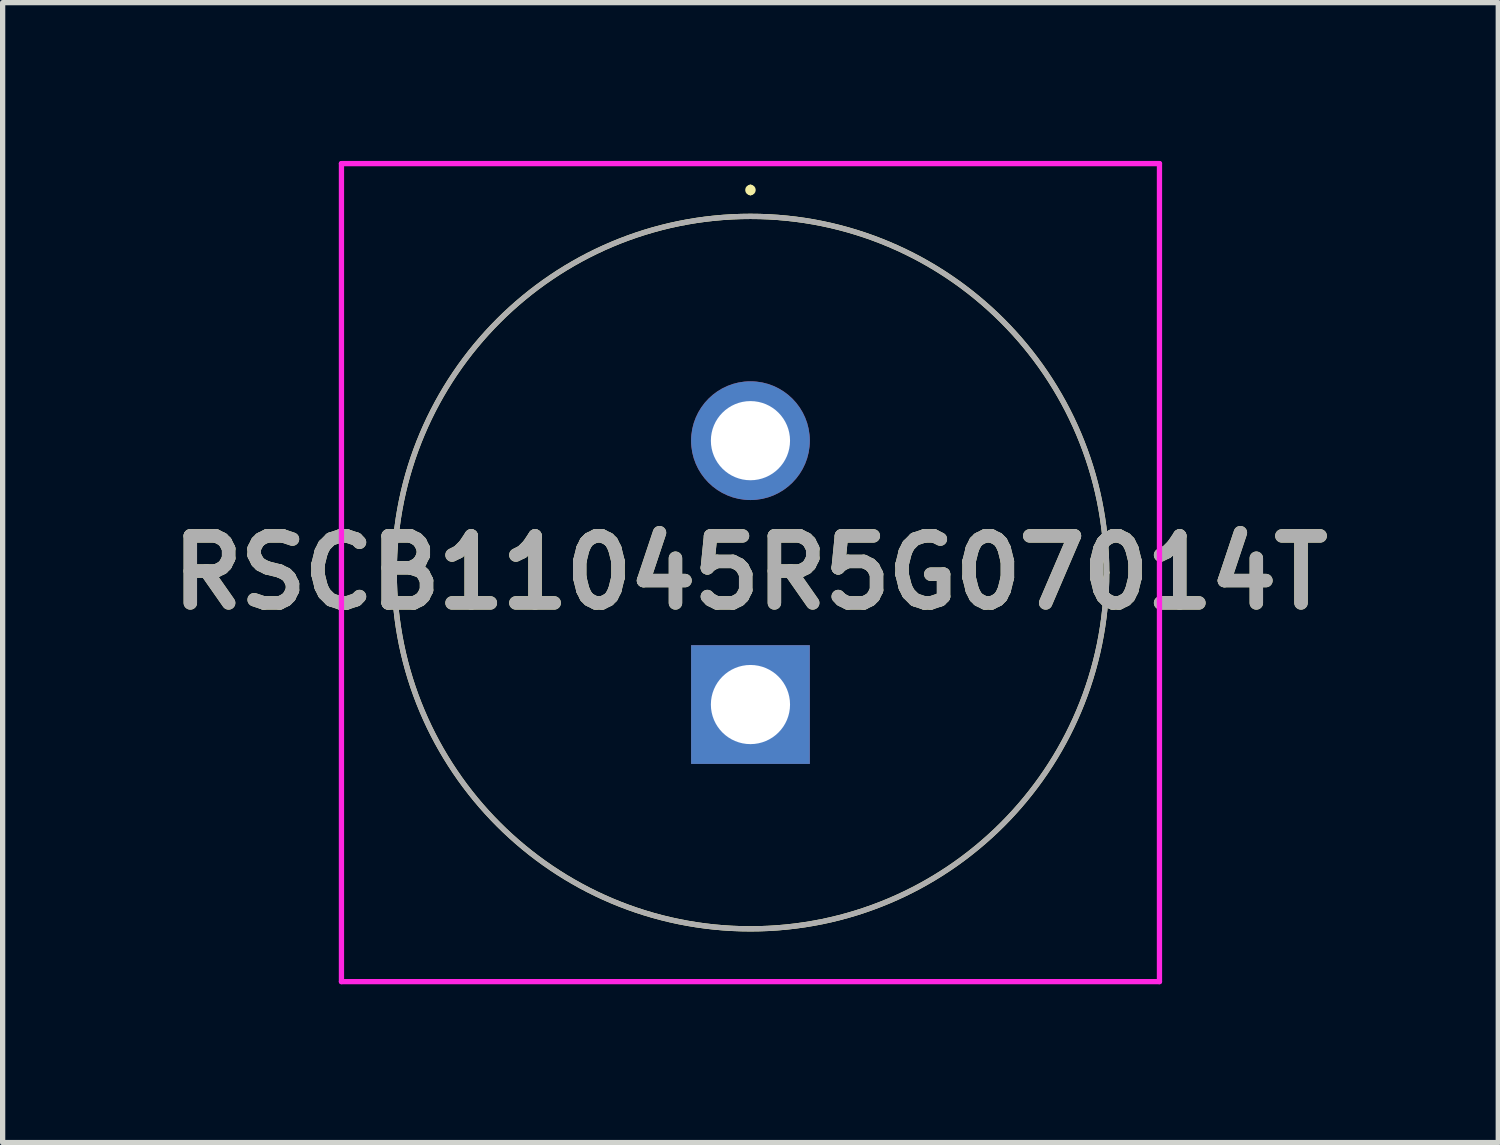
<source format=kicad_pcb>
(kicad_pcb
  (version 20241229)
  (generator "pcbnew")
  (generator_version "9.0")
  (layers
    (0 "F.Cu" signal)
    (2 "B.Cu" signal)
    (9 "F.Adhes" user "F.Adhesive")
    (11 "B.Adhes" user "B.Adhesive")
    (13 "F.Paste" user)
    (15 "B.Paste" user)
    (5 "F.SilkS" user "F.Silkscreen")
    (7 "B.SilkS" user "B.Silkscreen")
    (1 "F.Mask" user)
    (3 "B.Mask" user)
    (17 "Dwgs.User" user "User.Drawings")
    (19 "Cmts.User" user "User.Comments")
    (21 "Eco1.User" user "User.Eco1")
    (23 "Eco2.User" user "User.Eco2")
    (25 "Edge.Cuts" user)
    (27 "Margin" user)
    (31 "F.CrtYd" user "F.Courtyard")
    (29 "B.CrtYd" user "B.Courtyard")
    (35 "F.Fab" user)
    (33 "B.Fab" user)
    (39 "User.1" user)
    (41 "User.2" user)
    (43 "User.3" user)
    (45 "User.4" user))
  (footprint "RSCB11045R5G07014T"
    (layer "F.Cu")
    (at 11.17 10.3)
    (property "Reference" "RSCB11045R5G07014T" (at 0 -2.5 0) (layer "F.SilkS") (effects (font (size 1.27 1.27) (thickness 0.254))))
    (attr through_hole)
    (fp_line (start -6.75 -2.5) (end -6.75 -2.5) (stroke (width 0.1) (type solid)) (layer "F.SilkS"))
    (fp_line (start 0 -9.8) (end 0 -9.8) (stroke (width 0.1) (type solid)) (layer "F.SilkS"))
    (fp_line (start 0 -9.7) (end 0 -9.7) (stroke (width 0.1) (type solid)) (layer "F.SilkS"))
    (fp_line (start 6.75 -2.5) (end 6.75 -2.5) (stroke (width 0.1) (type solid)) (layer "F.SilkS"))
    (fp_arc (start -6.75 -2.5) (mid 0 -9.25) (end 6.75 -2.5) (stroke (width 0.1) (type solid)) (layer "F.SilkS"))
    (fp_arc (start 0 -9.8) (mid 0.05 -9.75) (end 0 -9.7) (stroke (width 0.1) (type solid)) (layer "F.SilkS"))
    (fp_arc (start 0 -9.7) (mid -0.05 -9.75) (end 0 -9.8) (stroke (width 0.1) (type solid)) (layer "F.SilkS"))
    (fp_arc (start 6.75 -2.5) (mid 0 4.25) (end -6.75 -2.5) (stroke (width 0.1) (type solid)) (layer "F.SilkS"))
    (fp_line (start -7.75 -10.25) (end 7.75 -10.25) (stroke (width 0.1) (type solid)) (layer "F.CrtYd"))
    (fp_line (start -7.75 5.25) (end -7.75 -10.25) (stroke (width 0.1) (type solid)) (layer "F.CrtYd"))
    (fp_line (start 7.75 -10.25) (end 7.75 5.25) (stroke (width 0.1) (type solid)) (layer "F.CrtYd"))
    (fp_line (start 7.75 5.25) (end -7.75 5.25) (stroke (width 0.1) (type solid)) (layer "F.CrtYd"))
    (fp_line (start -6.75 -2.5) (end -6.75 -2.5) (stroke (width 0.1) (type solid)) (layer "F.Fab"))
    (fp_line (start 6.75 -2.5) (end 6.75 -2.5) (stroke (width 0.1) (type solid)) (layer "F.Fab"))
    (fp_arc (start -6.75 -2.5) (mid 0 -9.25) (end 6.75 -2.5) (stroke (width 0.1) (type solid)) (layer "F.Fab"))
    (fp_arc (start 6.75 -2.5) (mid 0 4.25) (end -6.75 -2.5) (stroke (width 0.1) (type solid)) (layer "F.Fab"))
    (fp_text user "${REFERENCE}" (at 0 -2.5 0) (layer "F.Fab") (effects (font (size 1.27 1.27) (thickness 0.254))))
    (pad "1" thru_hole rect (at 0 0) (size 2.25 2.25) (drill 1.5) (layers "*.Cu" "*.Mask"))
    (pad "2" thru_hole circle (at 0 -5) (size 2.25 2.25) (drill 1.5) (layers "*.Cu" "*.Mask")))
  (gr_rect
    (start -3 -3)
    (end 25.34 18.6)
    (stroke (width 0.1) (type default))
    (fill no)
    (layer "Edge.Cuts")))
</source>
